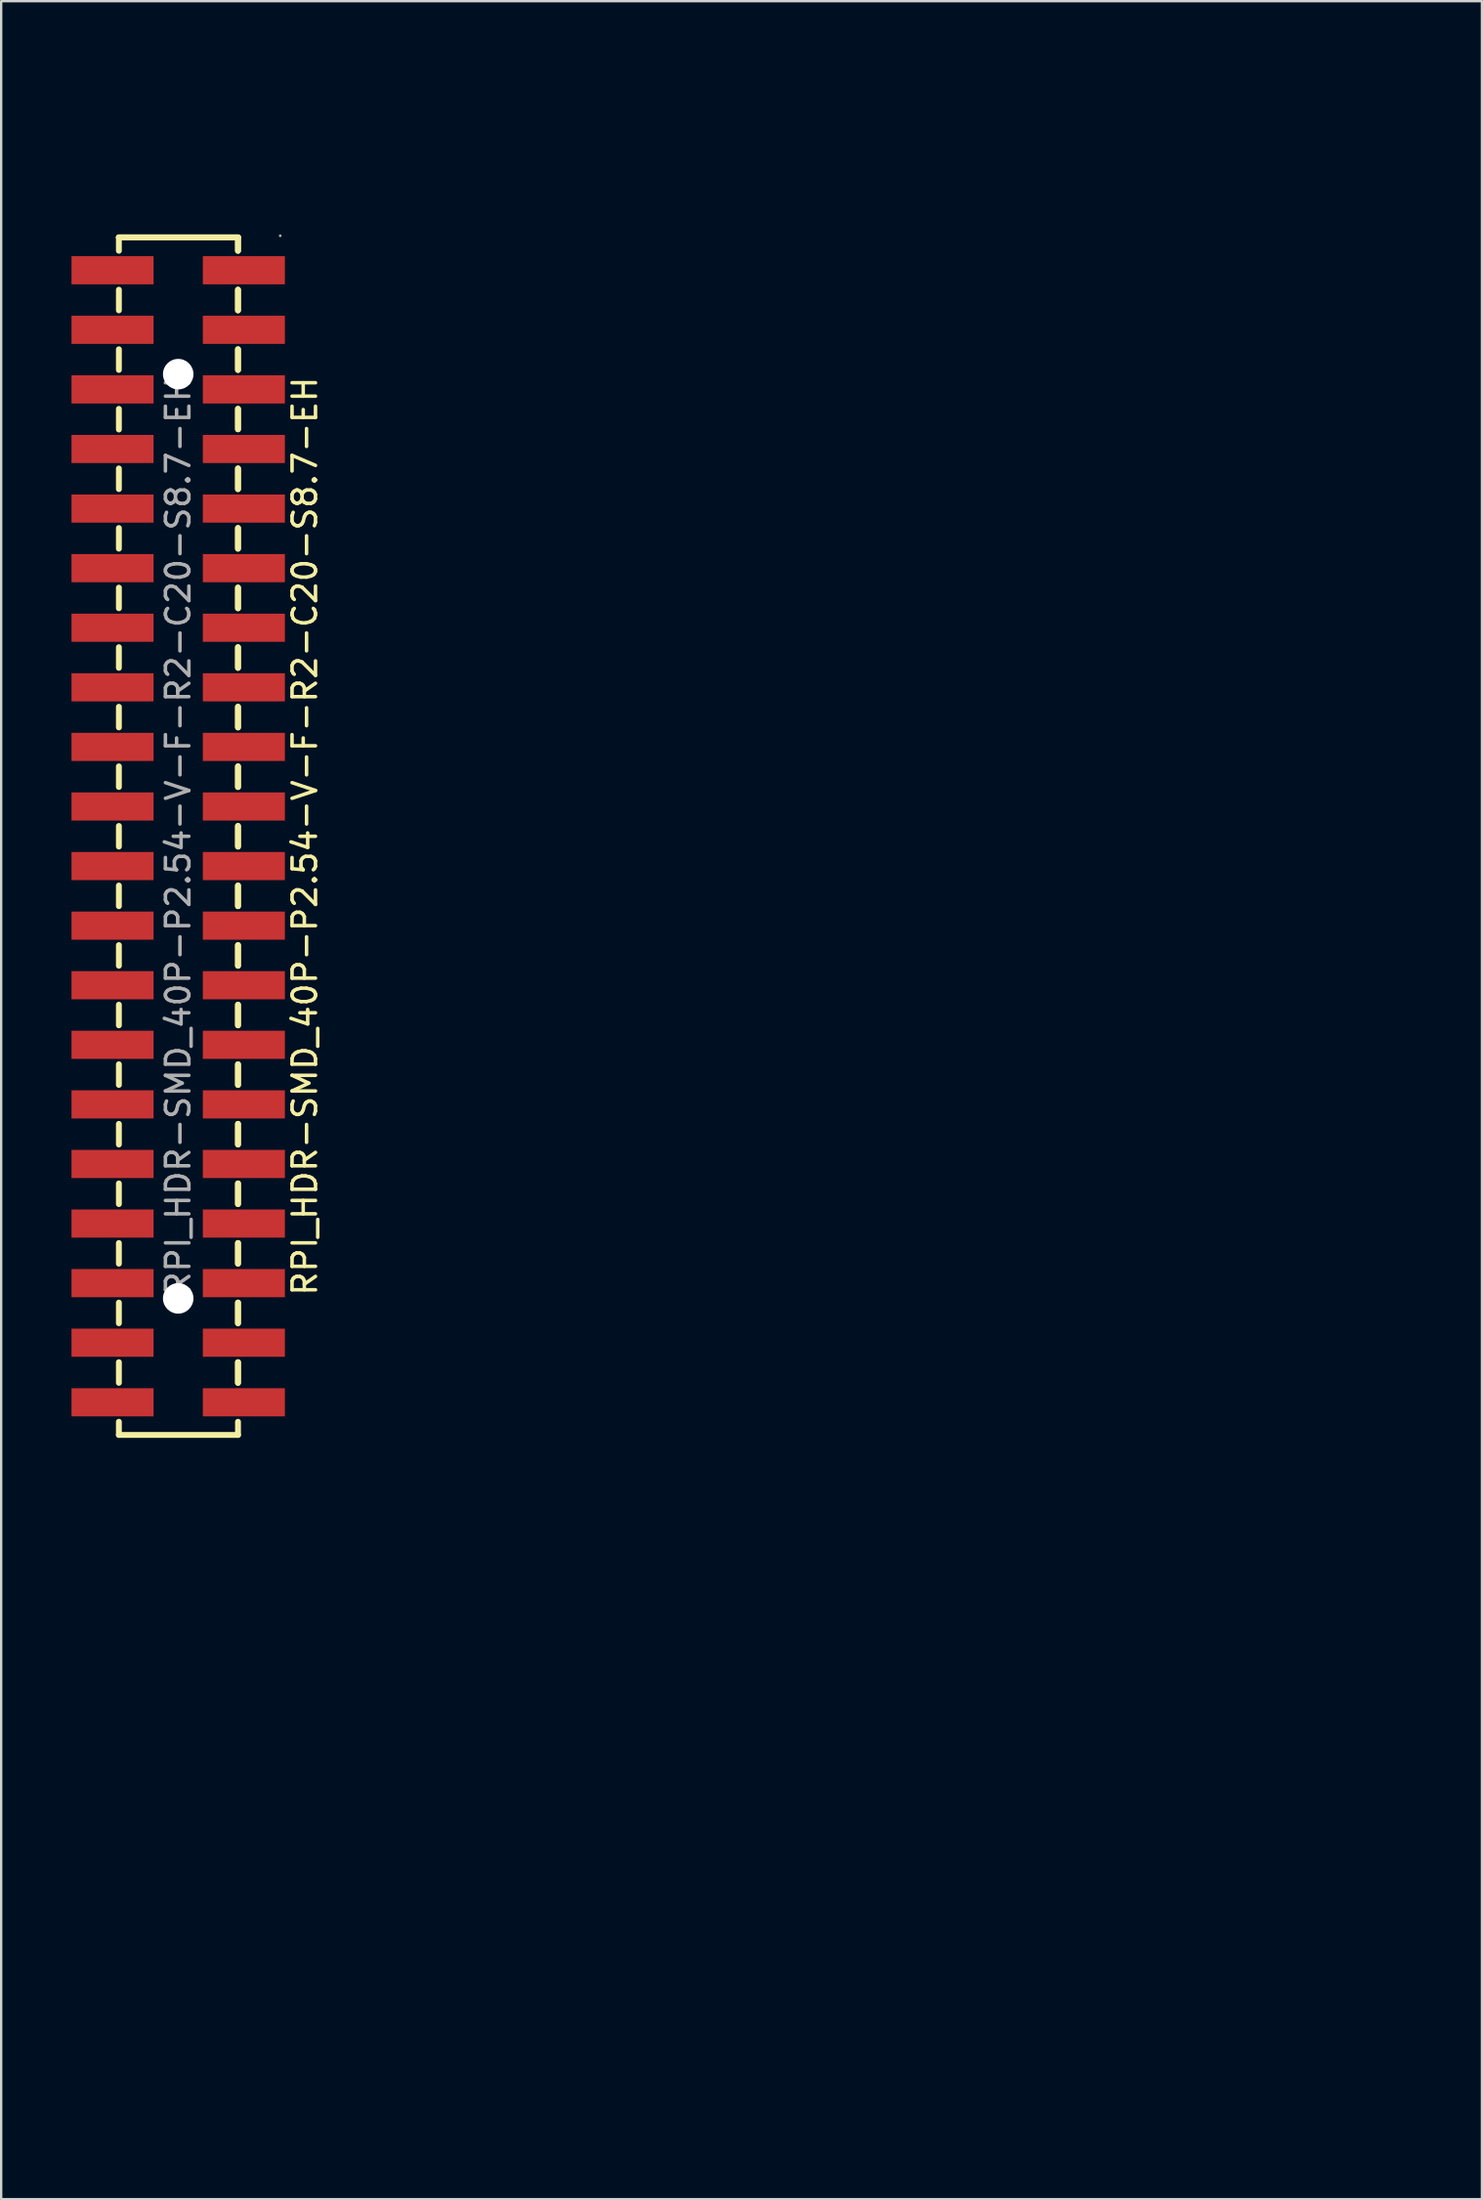
<source format=kicad_pcb>
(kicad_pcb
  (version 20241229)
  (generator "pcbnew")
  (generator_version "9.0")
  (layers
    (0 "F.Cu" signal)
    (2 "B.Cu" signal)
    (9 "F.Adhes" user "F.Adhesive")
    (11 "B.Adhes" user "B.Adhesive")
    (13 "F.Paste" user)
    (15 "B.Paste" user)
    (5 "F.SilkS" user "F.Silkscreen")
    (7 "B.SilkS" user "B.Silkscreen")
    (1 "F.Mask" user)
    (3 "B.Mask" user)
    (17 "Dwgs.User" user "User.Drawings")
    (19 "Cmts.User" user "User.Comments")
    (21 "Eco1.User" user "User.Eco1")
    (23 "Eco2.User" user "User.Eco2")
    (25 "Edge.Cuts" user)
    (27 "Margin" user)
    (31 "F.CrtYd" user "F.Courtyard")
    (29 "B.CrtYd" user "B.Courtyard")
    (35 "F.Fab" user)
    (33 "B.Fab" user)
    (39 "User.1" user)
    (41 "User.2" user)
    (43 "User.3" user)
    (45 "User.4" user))
  (footprint "RPI_HDR-SMD_40P-P2.54-V-F-R2-C20-S8.7-EH"
    (layer "F.Cu")
    (at 4.55 32.6)
    (property "Reference" "RPI_HDR-SMD_40P-P2.54-V-F-R2-C20-S8.7-EH" (at 5.4 0 90) (layer "F.SilkS") (effects (font (size 1 1) (thickness 0.15))))
    (attr smd)
    (fp_line (start -2.53 -25.53) (end -2.53 -24.96) (stroke (width 0.25) (type solid)) (layer "F.SilkS"))
    (fp_line (start -2.53 -23.3) (end -2.53 -22.42) (stroke (width 0.25) (type solid)) (layer "F.SilkS"))
    (fp_line (start -2.53 -20.76) (end -2.53 -19.88) (stroke (width 0.25) (type solid)) (layer "F.SilkS"))
    (fp_line (start -2.53 -18.22) (end -2.53 -17.34) (stroke (width 0.25) (type solid)) (layer "F.SilkS"))
    (fp_line (start -2.53 -15.68) (end -2.53 -14.8) (stroke (width 0.25) (type solid)) (layer "F.SilkS"))
    (fp_line (start -2.53 -13.14) (end -2.53 -12.26) (stroke (width 0.25) (type solid)) (layer "F.SilkS"))
    (fp_line (start -2.53 -10.6) (end -2.53 -9.72) (stroke (width 0.25) (type solid)) (layer "F.SilkS"))
    (fp_line (start -2.53 -8.06) (end -2.53 -7.18) (stroke (width 0.25) (type solid)) (layer "F.SilkS"))
    (fp_line (start -2.53 -5.52) (end -2.53 -4.64) (stroke (width 0.25) (type solid)) (layer "F.SilkS"))
    (fp_line (start -2.53 -2.98) (end -2.53 -2.1) (stroke (width 0.25) (type solid)) (layer "F.SilkS"))
    (fp_line (start -2.53 -0.44) (end -2.53 0.44) (stroke (width 0.25) (type solid)) (layer "F.SilkS"))
    (fp_line (start -2.53 2.1) (end -2.53 2.98) (stroke (width 0.25) (type solid)) (layer "F.SilkS"))
    (fp_line (start -2.53 4.64) (end -2.53 5.52) (stroke (width 0.25) (type solid)) (layer "F.SilkS"))
    (fp_line (start -2.53 7.18) (end -2.53 8.06) (stroke (width 0.25) (type solid)) (layer "F.SilkS"))
    (fp_line (start -2.53 9.72) (end -2.53 10.6) (stroke (width 0.25) (type solid)) (layer "F.SilkS"))
    (fp_line (start -2.53 12.26) (end -2.53 13.14) (stroke (width 0.25) (type solid)) (layer "F.SilkS"))
    (fp_line (start -2.53 14.8) (end -2.53 15.68) (stroke (width 0.25) (type solid)) (layer "F.SilkS"))
    (fp_line (start -2.53 17.34) (end -2.53 18.22) (stroke (width 0.25) (type solid)) (layer "F.SilkS"))
    (fp_line (start -2.53 19.88) (end -2.53 20.76) (stroke (width 0.25) (type solid)) (layer "F.SilkS"))
    (fp_line (start -2.53 22.42) (end -2.53 23.3) (stroke (width 0.25) (type solid)) (layer "F.SilkS"))
    (fp_line (start -2.53 25.52) (end -2.53 24.96) (stroke (width 0.25) (type solid)) (layer "F.SilkS"))
    (fp_line (start 2.55 -25.53) (end -2.53 -25.53) (stroke (width 0.25) (type solid)) (layer "F.SilkS"))
    (fp_line (start 2.55 -25.53) (end -2.53 -25.53) (stroke (width 0.25) (type solid)) (layer "F.SilkS"))
    (fp_line (start 2.55 -24.96) (end 2.55 -25.53) (stroke (width 0.25) (type solid)) (layer "F.SilkS"))
    (fp_line (start 2.55 -24.96) (end 2.55 -25.53) (stroke (width 0.25) (type solid)) (layer "F.SilkS"))
    (fp_line (start 2.55 -22.42) (end 2.55 -23.3) (stroke (width 0.25) (type solid)) (layer "F.SilkS"))
    (fp_line (start 2.55 -22.42) (end 2.55 -23.3) (stroke (width 0.25) (type solid)) (layer "F.SilkS"))
    (fp_line (start 2.55 -19.88) (end 2.55 -20.76) (stroke (width 0.25) (type solid)) (layer "F.SilkS"))
    (fp_line (start 2.55 -19.88) (end 2.55 -20.76) (stroke (width 0.25) (type solid)) (layer "F.SilkS"))
    (fp_line (start 2.55 -17.35) (end 2.55 -18.22) (stroke (width 0.25) (type solid)) (layer "F.SilkS"))
    (fp_line (start 2.55 -17.35) (end 2.55 -18.22) (stroke (width 0.25) (type solid)) (layer "F.SilkS"))
    (fp_line (start 2.55 -14.8) (end 2.55 -15.68) (stroke (width 0.25) (type solid)) (layer "F.SilkS"))
    (fp_line (start 2.55 -14.8) (end 2.55 -15.68) (stroke (width 0.25) (type solid)) (layer "F.SilkS"))
    (fp_line (start 2.55 -12.26) (end 2.55 -13.14) (stroke (width 0.25) (type solid)) (layer "F.SilkS"))
    (fp_line (start 2.55 -12.26) (end 2.55 -13.14) (stroke (width 0.25) (type solid)) (layer "F.SilkS"))
    (fp_line (start 2.55 -9.72) (end 2.55 -10.6) (stroke (width 0.25) (type solid)) (layer "F.SilkS"))
    (fp_line (start 2.55 -9.72) (end 2.55 -10.6) (stroke (width 0.25) (type solid)) (layer "F.SilkS"))
    (fp_line (start 2.55 -7.18) (end 2.55 -8.06) (stroke (width 0.25) (type solid)) (layer "F.SilkS"))
    (fp_line (start 2.55 -7.18) (end 2.55 -8.06) (stroke (width 0.25) (type solid)) (layer "F.SilkS"))
    (fp_line (start 2.55 -4.64) (end 2.55 -5.52) (stroke (width 0.25) (type solid)) (layer "F.SilkS"))
    (fp_line (start 2.55 -4.64) (end 2.55 -5.52) (stroke (width 0.25) (type solid)) (layer "F.SilkS"))
    (fp_line (start 2.55 -2.1) (end 2.55 -2.98) (stroke (width 0.25) (type solid)) (layer "F.SilkS"))
    (fp_line (start 2.55 -2.1) (end 2.55 -2.98) (stroke (width 0.25) (type solid)) (layer "F.SilkS"))
    (fp_line (start 2.55 0.44) (end 2.55 -0.44) (stroke (width 0.25) (type solid)) (layer "F.SilkS"))
    (fp_line (start 2.55 0.44) (end 2.55 -0.44) (stroke (width 0.25) (type solid)) (layer "F.SilkS"))
    (fp_line (start 2.55 2.98) (end 2.55 2.1) (stroke (width 0.25) (type solid)) (layer "F.SilkS"))
    (fp_line (start 2.55 2.98) (end 2.55 2.1) (stroke (width 0.25) (type solid)) (layer "F.SilkS"))
    (fp_line (start 2.55 5.52) (end 2.55 4.64) (stroke (width 0.25) (type solid)) (layer "F.SilkS"))
    (fp_line (start 2.55 5.52) (end 2.55 4.64) (stroke (width 0.25) (type solid)) (layer "F.SilkS"))
    (fp_line (start 2.55 8.06) (end 2.55 7.18) (stroke (width 0.25) (type solid)) (layer "F.SilkS"))
    (fp_line (start 2.55 8.06) (end 2.55 7.18) (stroke (width 0.25) (type solid)) (layer "F.SilkS"))
    (fp_line (start 2.55 10.6) (end 2.55 9.72) (stroke (width 0.25) (type solid)) (layer "F.SilkS"))
    (fp_line (start 2.55 10.6) (end 2.55 9.72) (stroke (width 0.25) (type solid)) (layer "F.SilkS"))
    (fp_line (start 2.55 13.14) (end 2.55 12.26) (stroke (width 0.25) (type solid)) (layer "F.SilkS"))
    (fp_line (start 2.55 13.14) (end 2.55 12.26) (stroke (width 0.25) (type solid)) (layer "F.SilkS"))
    (fp_line (start 2.55 15.68) (end 2.55 14.8) (stroke (width 0.25) (type solid)) (layer "F.SilkS"))
    (fp_line (start 2.55 15.68) (end 2.55 14.8) (stroke (width 0.25) (type solid)) (layer "F.SilkS"))
    (fp_line (start 2.55 18.22) (end 2.55 17.34) (stroke (width 0.25) (type solid)) (layer "F.SilkS"))
    (fp_line (start 2.55 18.22) (end 2.55 17.34) (stroke (width 0.25) (type solid)) (layer "F.SilkS"))
    (fp_line (start 2.55 20.76) (end 2.55 19.88) (stroke (width 0.25) (type solid)) (layer "F.SilkS"))
    (fp_line (start 2.55 20.76) (end 2.55 19.88) (stroke (width 0.25) (type solid)) (layer "F.SilkS"))
    (fp_line (start 2.55 23.3) (end 2.55 22.42) (stroke (width 0.25) (type solid)) (layer "F.SilkS"))
    (fp_line (start 2.55 23.3) (end 2.55 22.42) (stroke (width 0.25) (type solid)) (layer "F.SilkS"))
    (fp_line (start 2.55 25.52) (end -2.53 25.52) (stroke (width 0.25) (type solid)) (layer "F.SilkS"))
    (fp_line (start 2.55 25.52) (end 2.55 24.96) (stroke (width 0.25) (type solid)) (layer "F.SilkS"))
    (fp_circle (center 0 -19.7) (end 0 -19.45) (stroke (width 0.5) (type solid)) (fill no) (layer "Cmts.User"))
    (fp_circle (center 4.35 -25.6) (end 4.35 -25.57) (stroke (width 0.06) (type solid)) (fill no) (layer "F.Fab"))
    (fp_line (start -3.5 49.5) (end -3.5 -29.5) (stroke (width 0.2) (type solid)) (layer "User.1"))
    (fp_line (start -1.75 54.5) (end -1.75 55) (stroke (width 0.2) (type solid)) (layer "User.1"))
    (fp_line (start -1.75 55) (end 12.75 55) (stroke (width 0.2) (type solid)) (layer "User.1"))
    (fp_line (start -1 37.5) (end -1 54.5) (stroke (width 0.2) (type solid)) (layer "User.1"))
    (fp_line (start -1 54.5) (end -1.75 54.5) (stroke (width 0.2) (type solid)) (layer "User.1"))
    (fp_line (start -0.5 -32.5) (end 49.5 -32.5) (stroke (width 0.2) (type solid)) (layer "User.1"))
    (fp_line (start 12 37.5) (end -1 37.5) (stroke (width 0.2) (type solid)) (layer "User.1"))
    (fp_line (start 12 54.5) (end 12 37.5) (stroke (width 0.2) (type solid)) (layer "User.1"))
    (fp_line (start 12.75 54.5) (end 12 54.5) (stroke (width 0.2) (type solid)) (layer "User.1"))
    (fp_line (start 12.75 55) (end 12.75 54.5) (stroke (width 0.2) (type solid)) (layer "User.1"))
    (fp_line (start 16.25 54.5) (end 16.25 55) (stroke (width 0.2) (type solid)) (layer "User.1"))
    (fp_line (start 16.25 55) (end 30.75 55) (stroke (width 0.2) (type solid)) (layer "User.1"))
    (fp_line (start 17 37.5) (end 17 54.5) (stroke (width 0.2) (type solid)) (layer "User.1"))
    (fp_line (start 17 54.5) (end 16.25 54.5) (stroke (width 0.2) (type solid)) (layer "User.1"))
    (fp_line (start 30 37.5) (end 17 37.5) (stroke (width 0.2) (type solid)) (layer "User.1"))
    (fp_line (start 30 54.5) (end 30 37.5) (stroke (width 0.2) (type solid)) (layer "User.1"))
    (fp_line (start 30.75 54.5) (end 30 54.5) (stroke (width 0.2) (type solid)) (layer "User.1"))
    (fp_line (start 30.75 55) (end 30.75 54.5) (stroke (width 0.2) (type solid)) (layer "User.1"))
    (fp_line (start 34.25 33.5) (end 50.25 33.5) (stroke (width 0.2) (type solid)) (layer "User.1"))
    (fp_line (start 34.25 55) (end 34.25 33.5) (stroke (width 0.2) (type solid)) (layer "User.1"))
    (fp_line (start 49.5 52.5) (end -0.5 52.5) (stroke (width 0.2) (type solid)) (layer "User.1"))
    (fp_line (start 50.25 33.5) (end 50.25 55) (stroke (width 0.2) (type solid)) (layer "User.1"))
    (fp_line (start 50.25 55) (end 34.25 55) (stroke (width 0.2) (type solid)) (layer "User.1"))
    (fp_line (start 52.5 -29.5) (end 52.5 49.5) (stroke (width 0.2) (type solid)) (layer "User.1"))
    (fp_arc (start -3.5 -29.5) (mid -2.62132 -31.62132) (end -0.5 -32.5) (stroke (width 0.2) (type solid)) (layer "User.1"))
    (fp_arc (start -0.5 52.5) (mid -2.62132 51.62132) (end -3.5 49.5) (stroke (width 0.2) (type solid)) (layer "User.1"))
    (fp_arc (start 49.5 -32.5) (mid 51.62132 -31.62132) (end 52.5 -29.5) (stroke (width 0.2) (type solid)) (layer "User.1"))
    (fp_arc (start 52.5 49.5) (mid 51.62132 51.62132) (end 49.5 52.5) (stroke (width 0.2) (type solid)) (layer "User.1"))
    (fp_circle (center 0 -29) (end 1.375 -29) (stroke (width 0.2) (type solid)) (fill no) (layer "User.1"))
    (fp_circle (center 0 29) (end 1.375 29) (stroke (width 0.2) (type solid)) (fill no) (layer "User.1"))
    (fp_circle (center 49 -29) (end 50.375 -29) (stroke (width 0.2) (type solid)) (fill no) (layer "User.1"))
    (fp_circle (center 49 29) (end 50.375 29) (stroke (width 0.2) (type solid)) (fill no) (layer "User.1"))
    (fp_text user "${REFERENCE}" (at 0 0 270) (layer "F.Fab") (effects (font (size 1 1) (thickness 0.15))))
    (pad "" np_thru_hole circle (at 0 -19.7 270) (size 1.3 1.3) (drill 1.3) (layers "*.Cu" "*.Mask"))
    (pad "" np_thru_hole circle (at 0 19.7 270) (size 1.3 1.3) (drill 1.3) (layers "*.Cu" "*.Mask"))
    (pad "1" smd rect (at 2.8 -24.13 270) (size 1.2 3.5) (layers "F.Cu" "F.Mask" "F.Paste"))
    (pad "2" smd rect (at -2.8 -24.13 270) (size 1.2 3.5) (layers "F.Cu" "F.Mask" "F.Paste"))
    (pad "3" smd rect (at 2.8 -21.59 270) (size 1.2 3.5) (layers "F.Cu" "F.Mask" "F.Paste"))
    (pad "4" smd rect (at -2.8 -21.59 270) (size 1.2 3.5) (layers "F.Cu" "F.Mask" "F.Paste"))
    (pad "5" smd rect (at 2.8 -19.05 270) (size 1.2 3.5) (layers "F.Cu" "F.Mask" "F.Paste"))
    (pad "6" smd rect (at -2.8 -19.05 270) (size 1.2 3.5) (layers "F.Cu" "F.Mask" "F.Paste"))
    (pad "7" smd rect (at 2.8 -16.51 270) (size 1.2 3.5) (layers "F.Cu" "F.Mask" "F.Paste"))
    (pad "8" smd rect (at -2.8 -16.51 270) (size 1.2 3.5) (layers "F.Cu" "F.Mask" "F.Paste"))
    (pad "9" smd rect (at 2.8 -13.97 270) (size 1.2 3.5) (layers "F.Cu" "F.Mask" "F.Paste"))
    (pad "10" smd rect (at -2.8 -13.97 270) (size 1.2 3.5) (layers "F.Cu" "F.Mask" "F.Paste"))
    (pad "11" smd rect (at 2.8 -11.43 270) (size 1.2 3.5) (layers "F.Cu" "F.Mask" "F.Paste"))
    (pad "12" smd rect (at -2.8 -11.43 270) (size 1.2 3.5) (layers "F.Cu" "F.Mask" "F.Paste"))
    (pad "13" smd rect (at 2.8 -8.89 270) (size 1.2 3.5) (layers "F.Cu" "F.Mask" "F.Paste"))
    (pad "14" smd rect (at -2.8 -8.89 270) (size 1.2 3.5) (layers "F.Cu" "F.Mask" "F.Paste"))
    (pad "15" smd rect (at 2.8 -6.35 270) (size 1.2 3.5) (layers "F.Cu" "F.Mask" "F.Paste"))
    (pad "16" smd rect (at -2.8 -6.35 270) (size 1.2 3.5) (layers "F.Cu" "F.Mask" "F.Paste"))
    (pad "17" smd rect (at 2.8 -3.81 270) (size 1.2 3.5) (layers "F.Cu" "F.Mask" "F.Paste"))
    (pad "18" smd rect (at -2.8 -3.81 270) (size 1.2 3.5) (layers "F.Cu" "F.Mask" "F.Paste"))
    (pad "19" smd rect (at 2.8 -1.27 270) (size 1.2 3.5) (layers "F.Cu" "F.Mask" "F.Paste"))
    (pad "20" smd rect (at -2.8 -1.27 270) (size 1.2 3.5) (layers "F.Cu" "F.Mask" "F.Paste"))
    (pad "21" smd rect (at 2.8 1.27 270) (size 1.2 3.5) (layers "F.Cu" "F.Mask" "F.Paste"))
    (pad "22" smd rect (at -2.8 1.27 270) (size 1.2 3.5) (layers "F.Cu" "F.Mask" "F.Paste"))
    (pad "23" smd rect (at 2.8 3.81 270) (size 1.2 3.5) (layers "F.Cu" "F.Mask" "F.Paste"))
    (pad "24" smd rect (at -2.8 3.81 270) (size 1.2 3.5) (layers "F.Cu" "F.Mask" "F.Paste"))
    (pad "25" smd rect (at 2.8 6.35 270) (size 1.2 3.5) (layers "F.Cu" "F.Mask" "F.Paste"))
    (pad "26" smd rect (at -2.8 6.35 270) (size 1.2 3.5) (layers "F.Cu" "F.Mask" "F.Paste"))
    (pad "27" smd rect (at 2.8 8.89 270) (size 1.2 3.5) (layers "F.Cu" "F.Mask" "F.Paste"))
    (pad "28" smd rect (at -2.8 8.89 270) (size 1.2 3.5) (layers "F.Cu" "F.Mask" "F.Paste"))
    (pad "29" smd rect (at 2.8 11.43 270) (size 1.2 3.5) (layers "F.Cu" "F.Mask" "F.Paste"))
    (pad "30" smd rect (at -2.8 11.43 270) (size 1.2 3.5) (layers "F.Cu" "F.Mask" "F.Paste"))
    (pad "31" smd rect (at 2.8 13.97 270) (size 1.2 3.5) (layers "F.Cu" "F.Mask" "F.Paste"))
    (pad "32" smd rect (at -2.8 13.97 270) (size 1.2 3.5) (layers "F.Cu" "F.Mask" "F.Paste"))
    (pad "33" smd rect (at 2.8 16.51 270) (size 1.2 3.5) (layers "F.Cu" "F.Mask" "F.Paste"))
    (pad "34" smd rect (at -2.8 16.51 270) (size 1.2 3.5) (layers "F.Cu" "F.Mask" "F.Paste"))
    (pad "35" smd rect (at 2.8 19.05 270) (size 1.2 3.5) (layers "F.Cu" "F.Mask" "F.Paste"))
    (pad "36" smd rect (at -2.8 19.05 270) (size 1.2 3.5) (layers "F.Cu" "F.Mask" "F.Paste"))
    (pad "37" smd rect (at 2.8 21.59 270) (size 1.2 3.5) (layers "F.Cu" "F.Mask" "F.Paste"))
    (pad "38" smd rect (at -2.8 21.59 270) (size 1.2 3.5) (layers "F.Cu" "F.Mask" "F.Paste"))
    (pad "39" smd rect (at 2.8 24.13 270) (size 1.2 3.5) (layers "F.Cu" "F.Mask" "F.Paste"))
    (pad "40" smd rect (at -2.8 24.13 270) (size 1.2 3.5) (layers "F.Cu" "F.Mask" "F.Paste")))
  (gr_rect
    (start -3 -3)
    (end 60.15 90.7)
    (stroke (width 0.1) (type default))
    (fill no)
    (layer "Edge.Cuts")))
</source>
